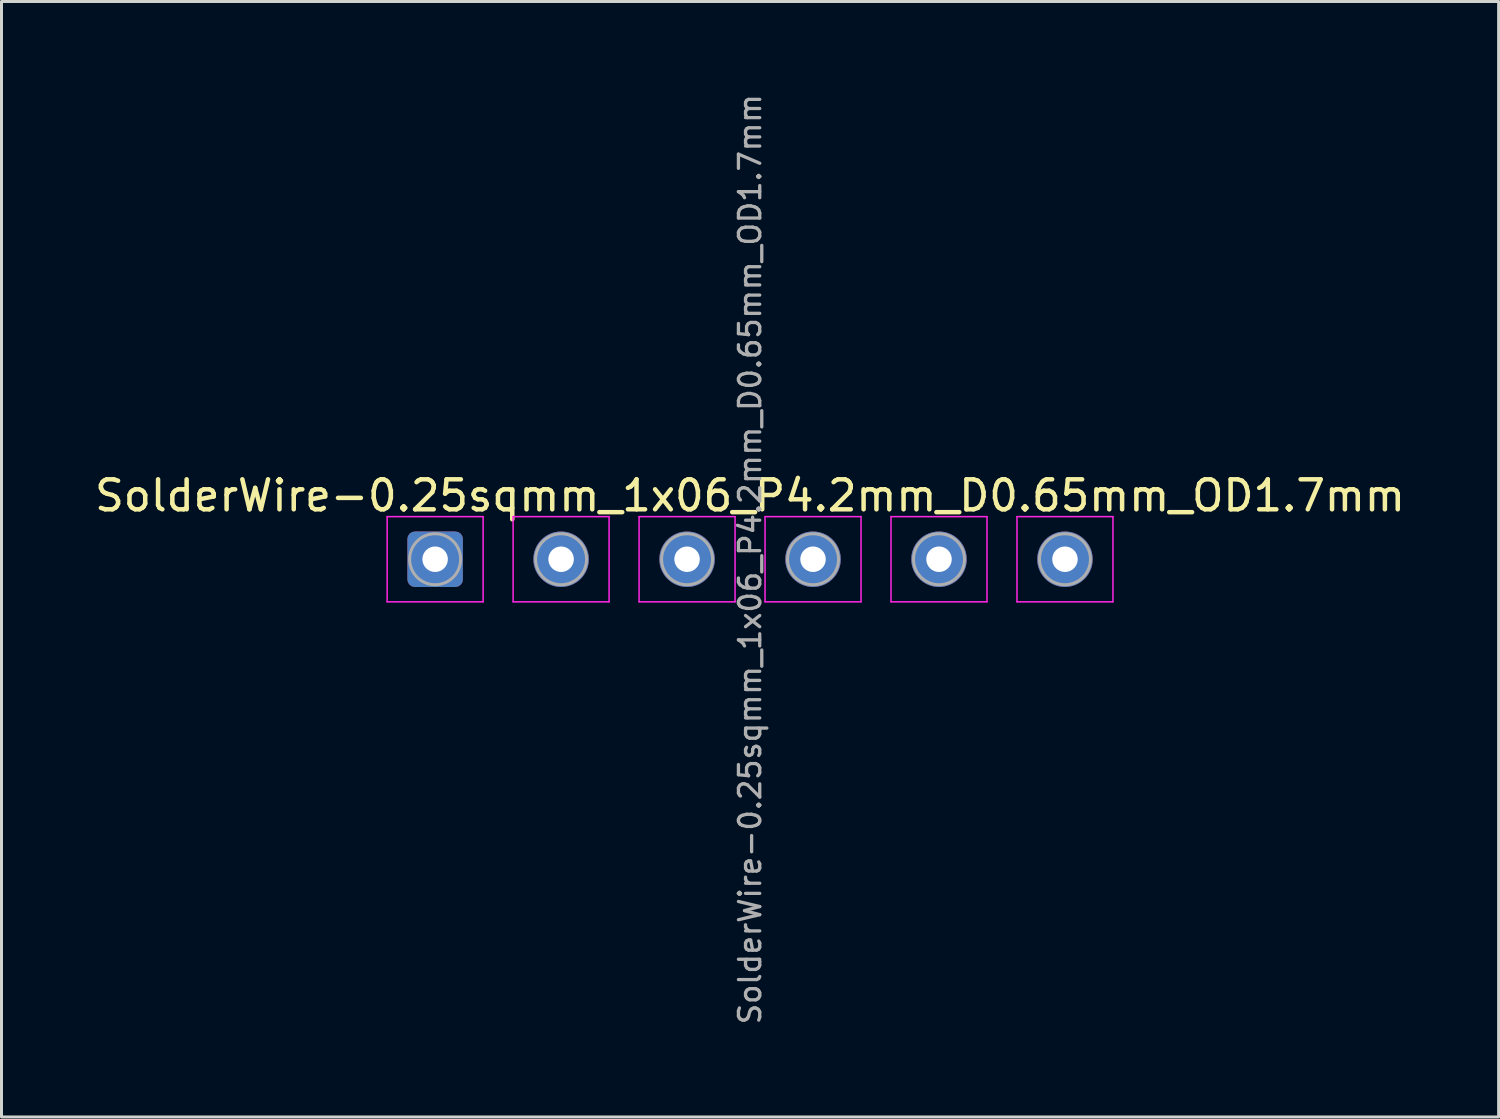
<source format=kicad_pcb>
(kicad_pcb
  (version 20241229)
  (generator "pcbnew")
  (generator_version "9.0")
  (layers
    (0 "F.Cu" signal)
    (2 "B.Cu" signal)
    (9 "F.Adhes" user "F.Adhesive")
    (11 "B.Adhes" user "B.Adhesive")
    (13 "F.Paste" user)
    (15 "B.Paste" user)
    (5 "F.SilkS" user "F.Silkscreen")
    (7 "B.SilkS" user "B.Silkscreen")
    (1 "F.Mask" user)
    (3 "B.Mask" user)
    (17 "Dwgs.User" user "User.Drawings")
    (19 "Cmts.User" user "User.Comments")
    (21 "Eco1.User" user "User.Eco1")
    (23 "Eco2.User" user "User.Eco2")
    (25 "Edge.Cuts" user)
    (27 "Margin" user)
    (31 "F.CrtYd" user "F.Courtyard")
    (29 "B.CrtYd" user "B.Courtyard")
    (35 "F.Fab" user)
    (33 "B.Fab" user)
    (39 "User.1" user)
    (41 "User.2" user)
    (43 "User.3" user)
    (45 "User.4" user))
  (footprint "SolderWire-0.25sqmm_1x06_P4.2mm_D0.65mm_OD1.7mm"
    (layer "F.Cu")
    (at 11.458 15.596)
    (property "Reference" "SolderWire-0.25sqmm_1x06_P4.2mm_D0.65mm_OD1.7mm" (at 10.5 -2.12 0) (layer "F.SilkS") (effects (font (size 1 1) (thickness 0.15))))
    (attr exclude_from_pos_files exclude_from_bom)
    (fp_line (start -1.6 -1.42) (end -1.6 1.42) (stroke (width 0.05) (type solid)) (layer "F.CrtYd"))
    (fp_line (start -1.6 1.42) (end 1.6 1.42) (stroke (width 0.05) (type solid)) (layer "F.CrtYd"))
    (fp_line (start 1.6 -1.42) (end -1.6 -1.42) (stroke (width 0.05) (type solid)) (layer "F.CrtYd"))
    (fp_line (start 1.6 1.42) (end 1.6 -1.42) (stroke (width 0.05) (type solid)) (layer "F.CrtYd"))
    (fp_line (start 2.6 -1.42) (end 2.6 1.42) (stroke (width 0.05) (type solid)) (layer "F.CrtYd"))
    (fp_line (start 2.6 1.42) (end 5.8 1.42) (stroke (width 0.05) (type solid)) (layer "F.CrtYd"))
    (fp_line (start 5.8 -1.42) (end 2.6 -1.42) (stroke (width 0.05) (type solid)) (layer "F.CrtYd"))
    (fp_line (start 5.8 1.42) (end 5.8 -1.42) (stroke (width 0.05) (type solid)) (layer "F.CrtYd"))
    (fp_line (start 6.8 -1.42) (end 6.8 1.42) (stroke (width 0.05) (type solid)) (layer "F.CrtYd"))
    (fp_line (start 6.8 1.42) (end 10 1.42) (stroke (width 0.05) (type solid)) (layer "F.CrtYd"))
    (fp_line (start 10 -1.42) (end 6.8 -1.42) (stroke (width 0.05) (type solid)) (layer "F.CrtYd"))
    (fp_line (start 10 1.42) (end 10 -1.42) (stroke (width 0.05) (type solid)) (layer "F.CrtYd"))
    (fp_line (start 11 -1.42) (end 11 1.42) (stroke (width 0.05) (type solid)) (layer "F.CrtYd"))
    (fp_line (start 11 1.42) (end 14.2 1.42) (stroke (width 0.05) (type solid)) (layer "F.CrtYd"))
    (fp_line (start 14.2 -1.42) (end 11 -1.42) (stroke (width 0.05) (type solid)) (layer "F.CrtYd"))
    (fp_line (start 14.2 1.42) (end 14.2 -1.42) (stroke (width 0.05) (type solid)) (layer "F.CrtYd"))
    (fp_line (start 15.2 -1.42) (end 15.2 1.42) (stroke (width 0.05) (type solid)) (layer "F.CrtYd"))
    (fp_line (start 15.2 1.42) (end 18.4 1.42) (stroke (width 0.05) (type solid)) (layer "F.CrtYd"))
    (fp_line (start 18.4 -1.42) (end 15.2 -1.42) (stroke (width 0.05) (type solid)) (layer "F.CrtYd"))
    (fp_line (start 18.4 1.42) (end 18.4 -1.42) (stroke (width 0.05) (type solid)) (layer "F.CrtYd"))
    (fp_line (start 19.4 -1.42) (end 19.4 1.42) (stroke (width 0.05) (type solid)) (layer "F.CrtYd"))
    (fp_line (start 19.4 1.42) (end 22.6 1.42) (stroke (width 0.05) (type solid)) (layer "F.CrtYd"))
    (fp_line (start 22.6 -1.42) (end 19.4 -1.42) (stroke (width 0.05) (type solid)) (layer "F.CrtYd"))
    (fp_line (start 22.6 1.42) (end 22.6 -1.42) (stroke (width 0.05) (type solid)) (layer "F.CrtYd"))
    (fp_circle (center 0 0) (end 0.85 0) (stroke (width 0.1) (type solid)) (fill no) (layer "F.Fab"))
    (fp_circle (center 4.2 0) (end 5.05 0) (stroke (width 0.1) (type solid)) (fill no) (layer "F.Fab"))
    (fp_circle (center 8.4 0) (end 9.25 0) (stroke (width 0.1) (type solid)) (fill no) (layer "F.Fab"))
    (fp_circle (center 12.6 0) (end 13.45 0) (stroke (width 0.1) (type solid)) (fill no) (layer "F.Fab"))
    (fp_circle (center 16.8 0) (end 17.65 0) (stroke (width 0.1) (type solid)) (fill no) (layer "F.Fab"))
    (fp_circle (center 21 0) (end 21.85 0) (stroke (width 0.1) (type solid)) (fill no) (layer "F.Fab"))
    (fp_text user "${REFERENCE}" (at 10.5 0 90) (layer "F.Fab") (effects (font (size 0.71 0.71) (thickness 0.11))))
    (pad "1" thru_hole roundrect (at 0 0) (size 1.85 1.85) (drill 0.85) (layers "*.Cu" "*.Mask") (roundrect_rratio 0.135))
    (pad "2" thru_hole circle (at 4.2 0) (size 1.85 1.85) (drill 0.85) (layers "*.Cu" "*.Mask"))
    (pad "3" thru_hole circle (at 8.4 0) (size 1.85 1.85) (drill 0.85) (layers "*.Cu" "*.Mask"))
    (pad "4" thru_hole circle (at 12.6 0) (size 1.85 1.85) (drill 0.85) (layers "*.Cu" "*.Mask"))
    (pad "5" thru_hole circle (at 16.8 0) (size 1.85 1.85) (drill 0.85) (layers "*.Cu" "*.Mask"))
    (pad "6" thru_hole circle (at 21 0) (size 1.85 1.85) (drill 0.85) (layers "*.Cu" "*.Mask")))
  (gr_rect
    (start -3 -3)
    (end 46.917 34.191)
    (stroke (width 0.1) (type default))
    (fill no)
    (layer "Edge.Cuts")))
</source>
